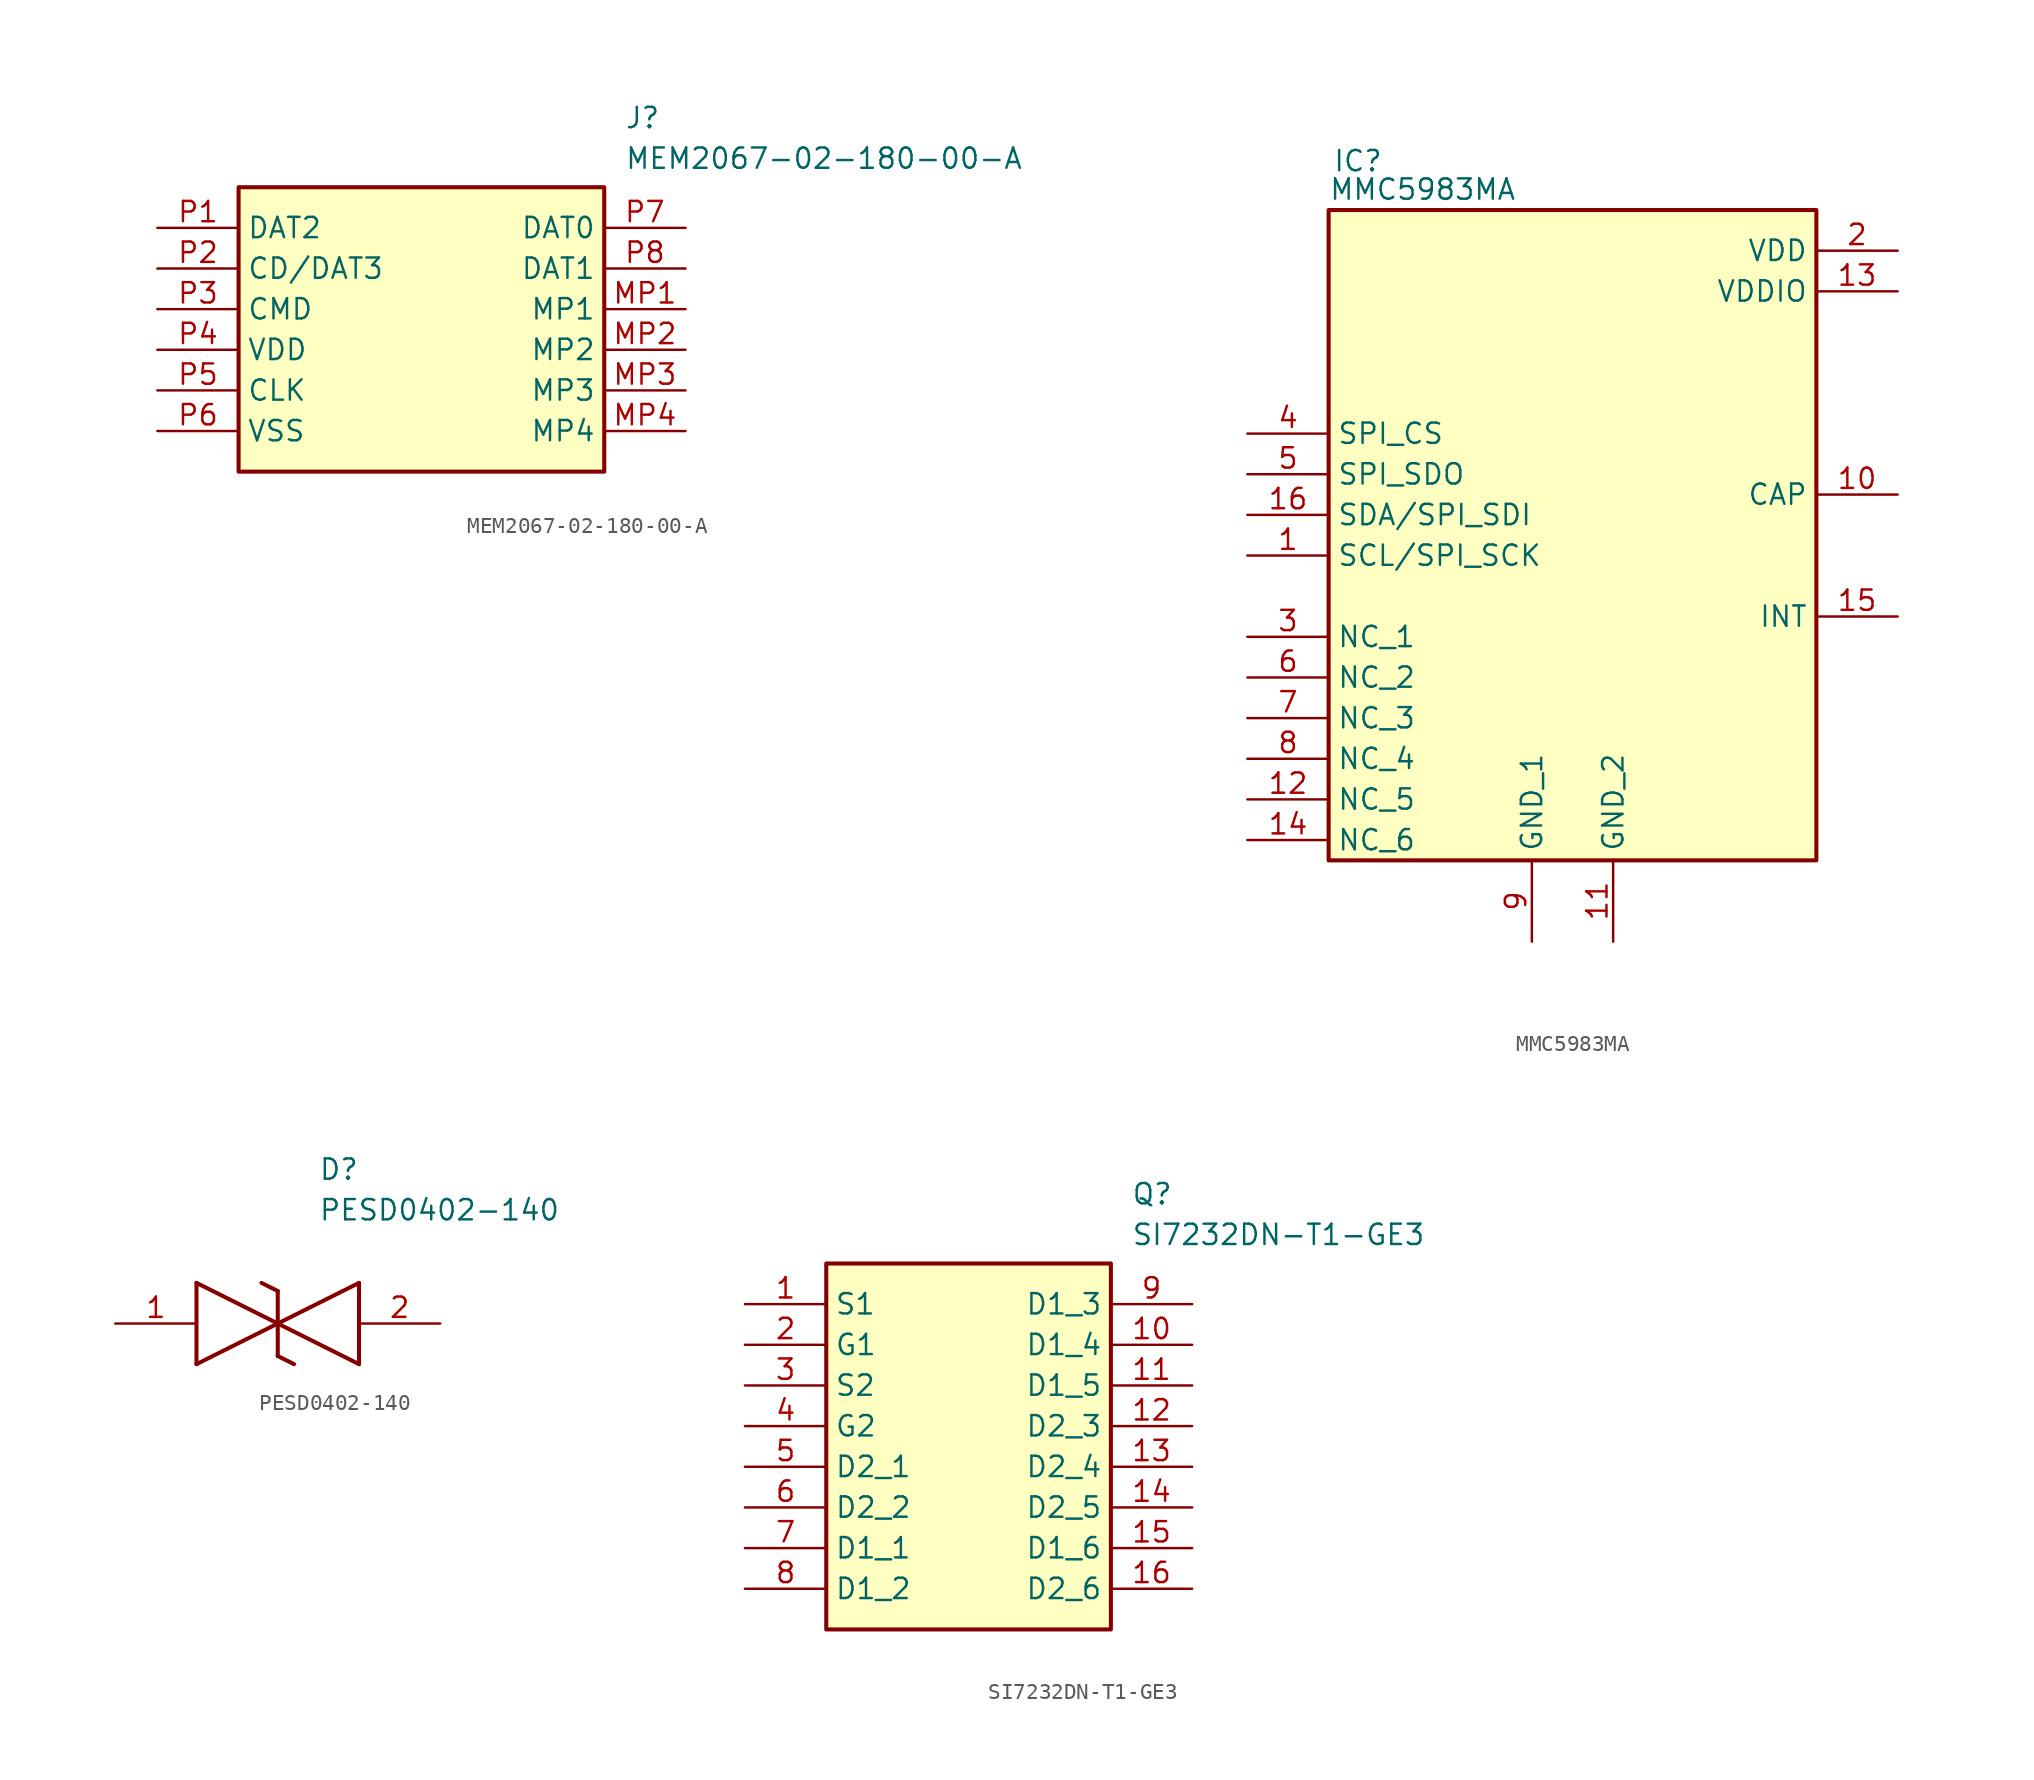
<source format=kicad_sym>
(kicad_symbol_lib
  (version 20231120)
  (generator "kicad_symbol_editor")
  (generator_version "8.0")
  (symbol "MEM2067-02-180-00-A"
    (property "Reference" "J"
      (at 29.21 7.62 0)
      (effects (font (size 1.27 1.27)) (justify left top)))
    (property "Value" "MEM2067-02-180-00-A"
      (at 29.21 5.08 0)
      (effects (font (size 1.27 1.27)) (justify left top)))
    (symbol "MEM2067-02-180-00-A_1_1"
      (rectangle (start 5.08 2.54) (end 27.94 -15.24) (stroke (width 0.254) (type default)) (fill (type background)))
      (pin passive line (at 33.02 -5.08 180) (length 5.08) (name "MP1" (effects (font (size 1.27 1.27)))) (number "MP1" (effects (font (size 1.27 1.27)))))
      (pin passive line (at 33.02 -7.62 180) (length 5.08) (name "MP2" (effects (font (size 1.27 1.27)))) (number "MP2" (effects (font (size 1.27 1.27)))))
      (pin passive line (at 33.02 -10.16 180) (length 5.08) (name "MP3" (effects (font (size 1.27 1.27)))) (number "MP3" (effects (font (size 1.27 1.27)))))
      (pin passive line (at 33.02 -12.7 180) (length 5.08) (name "MP4" (effects (font (size 1.27 1.27)))) (number "MP4" (effects (font (size 1.27 1.27)))))
      (pin passive line (at 0 0 0) (length 5.08) (name "DAT2" (effects (font (size 1.27 1.27)))) (number "P1" (effects (font (size 1.27 1.27)))))
      (pin passive line (at 0 -2.54 0) (length 5.08) (name "CD/DAT3" (effects (font (size 1.27 1.27)))) (number "P2" (effects (font (size 1.27 1.27)))))
      (pin passive line (at 0 -5.08 0) (length 5.08) (name "CMD" (effects (font (size 1.27 1.27)))) (number "P3" (effects (font (size 1.27 1.27)))))
      (pin passive line (at 0 -7.62 0) (length 5.08) (name "VDD" (effects (font (size 1.27 1.27)))) (number "P4" (effects (font (size 1.27 1.27)))))
      (pin passive line (at 0 -10.16 0) (length 5.08) (name "CLK" (effects (font (size 1.27 1.27)))) (number "P5" (effects (font (size 1.27 1.27)))))
      (pin passive line (at 0 -12.7 0) (length 5.08) (name "VSS" (effects (font (size 1.27 1.27)))) (number "P6" (effects (font (size 1.27 1.27)))))
      (pin passive line (at 33.02 0 180) (length 5.08) (name "DAT0" (effects (font (size 1.27 1.27)))) (number "P7" (effects (font (size 1.27 1.27)))))
      (pin passive line (at 33.02 -2.54 180) (length 5.08) (name "DAT1" (effects (font (size 1.27 1.27)))) (number "P8" (effects (font (size 1.27 1.27)))))))
  (symbol "MMC5983MA"
    (property "Reference" "IC"
      (at 5.334 24.13 0)
      (effects (font (size 1.27 1.27)) (justify left top)))
    (property "Value" "MMC5983MA"
      (at 5.08 22.352 0)
      (effects (font (size 1.27 1.27)) (justify left top)))
    (symbol "MMC5983MA_1_1"
      (rectangle (start 5.08 20.32) (end 35.56 -20.32) (stroke (width 0.254) (type default)) (fill (type background)))
      (pin passive line (at 0 -1.27 0) (length 5.08) (name "SCL/SPI_SCK" (effects (font (size 1.27 1.27)))) (number "1" (effects (font (size 1.27 1.27)))))
      (pin passive line (at 40.64 2.54 180) (length 5.08) (name "CAP" (effects (font (size 1.27 1.27)))) (number "10" (effects (font (size 1.27 1.27)))))
      (pin passive line (at 22.86 -25.4 90) (length 5.08) (name "GND_2" (effects (font (size 1.27 1.27)))) (number "11" (effects (font (size 1.27 1.27)))))
      (pin passive line (at 0 -16.51 0) (length 5.08) (name "NC_5" (effects (font (size 1.27 1.27)))) (number "12" (effects (font (size 1.27 1.27)))))
      (pin passive line (at 40.64 15.24 180) (length 5.08) (name "VDDIO" (effects (font (size 1.27 1.27)))) (number "13" (effects (font (size 1.27 1.27)))))
      (pin passive line (at 0 -19.05 0) (length 5.08) (name "NC_6" (effects (font (size 1.27 1.27)))) (number "14" (effects (font (size 1.27 1.27)))))
      (pin passive line (at 40.64 -5.08 180) (length 5.08) (name "INT" (effects (font (size 1.27 1.27)))) (number "15" (effects (font (size 1.27 1.27)))))
      (pin passive line (at 0 1.27 0) (length 5.08) (name "SDA/SPI_SDI" (effects (font (size 1.27 1.27)))) (number "16" (effects (font (size 1.27 1.27)))))
      (pin passive line (at 40.64 17.78 180) (length 5.08) (name "VDD" (effects (font (size 1.27 1.27)))) (number "2" (effects (font (size 1.27 1.27)))))
      (pin passive line (at 0 -6.35 0) (length 5.08) (name "NC_1" (effects (font (size 1.27 1.27)))) (number "3" (effects (font (size 1.27 1.27)))))
      (pin passive line (at 0 6.35 0) (length 5.08) (name "SPI_CS" (effects (font (size 1.27 1.27)))) (number "4" (effects (font (size 1.27 1.27)))))
      (pin passive line (at 0 3.81 0) (length 5.08) (name "SPI_SDO" (effects (font (size 1.27 1.27)))) (number "5" (effects (font (size 1.27 1.27)))))
      (pin passive line (at 0 -8.89 0) (length 5.08) (name "NC_2" (effects (font (size 1.27 1.27)))) (number "6" (effects (font (size 1.27 1.27)))))
      (pin passive line (at 0 -11.43 0) (length 5.08) (name "NC_3" (effects (font (size 1.27 1.27)))) (number "7" (effects (font (size 1.27 1.27)))))
      (pin passive line (at 0 -13.97 0) (length 5.08) (name "NC_4" (effects (font (size 1.27 1.27)))) (number "8" (effects (font (size 1.27 1.27)))))
      (pin passive line (at 17.78 -25.4 90) (length 5.08) (name "GND_1" (effects (font (size 1.27 1.27)))) (number "9" (effects (font (size 1.27 1.27)))))))
  (symbol "PESD0402-140"
    (pin_names hide)
    (property "Reference" "D"
      (at 12.7 8.89 0)
      (effects (font (size 1.27 1.27)) (justify left bottom)))
    (property "Value" "PESD0402-140"
      (at 12.7 6.35 0)
      (effects (font (size 1.27 1.27)) (justify left bottom)))
    (symbol "PESD0402-140_1_1"
      (polyline (pts (xy 5.08 2.54) (xy 5.08 -2.54)) (stroke (width 0.254) (type default)) (fill (type none)))
      (polyline (pts (xy 5.08 2.54) (xy 10.16 0)) (stroke (width 0.254) (type default)) (fill (type none)))
      (polyline (pts (xy 9.144 2.54) (xy 10.16 2.032)) (stroke (width 0.254) (type default)) (fill (type none)))
      (polyline (pts (xy 10.16 -2.032) (xy 10.16 2.032)) (stroke (width 0.254) (type default)) (fill (type none)))
      (polyline (pts (xy 10.16 -2.032) (xy 11.176 -2.54)) (stroke (width 0.254) (type default)) (fill (type none)))
      (polyline (pts (xy 10.16 0) (xy 5.08 -2.54)) (stroke (width 0.254) (type default)) (fill (type none)))
      (polyline (pts (xy 10.16 0) (xy 15.24 -2.54)) (stroke (width 0.254) (type default)) (fill (type none)))
      (polyline (pts (xy 15.24 2.54) (xy 10.16 0)) (stroke (width 0.254) (type default)) (fill (type none)))
      (polyline (pts (xy 15.24 2.54) (xy 15.24 -2.54)) (stroke (width 0.254) (type default)) (fill (type none)))
      (pin passive line (at 0 0 0) (length 5.08) (name "1" (effects (font (size 1.27 1.27)))) (number "1" (effects (font (size 1.27 1.27)))))
      (pin passive line (at 20.32 0 180) (length 5.08) (name "2" (effects (font (size 1.27 1.27)))) (number "2" (effects (font (size 1.27 1.27)))))))
  (symbol "SI7232DN-T1-GE3"
    (property "Reference" "Q"
      (at 24.13 7.62 0)
      (effects (font (size 1.27 1.27)) (justify left top)))
    (property "Value" "SI7232DN-T1-GE3"
      (at 24.13 5.08 0)
      (effects (font (size 1.27 1.27)) (justify left top)))
    (symbol "SI7232DN-T1-GE3_1_1"
      (rectangle (start 5.08 2.54) (end 22.86 -20.32) (stroke (width 0.254) (type default)) (fill (type background)))
      (pin passive line (at 0 0 0) (length 5.08) (name "S1" (effects (font (size 1.27 1.27)))) (number "1" (effects (font (size 1.27 1.27)))))
      (pin passive line (at 27.94 -2.54 180) (length 5.08) (name "D1_4" (effects (font (size 1.27 1.27)))) (number "10" (effects (font (size 1.27 1.27)))))
      (pin passive line (at 27.94 -5.08 180) (length 5.08) (name "D1_5" (effects (font (size 1.27 1.27)))) (number "11" (effects (font (size 1.27 1.27)))))
      (pin passive line (at 27.94 -7.62 180) (length 5.08) (name "D2_3" (effects (font (size 1.27 1.27)))) (number "12" (effects (font (size 1.27 1.27)))))
      (pin passive line (at 27.94 -10.16 180) (length 5.08) (name "D2_4" (effects (font (size 1.27 1.27)))) (number "13" (effects (font (size 1.27 1.27)))))
      (pin passive line (at 27.94 -12.7 180) (length 5.08) (name "D2_5" (effects (font (size 1.27 1.27)))) (number "14" (effects (font (size 1.27 1.27)))))
      (pin passive line (at 27.94 -15.24 180) (length 5.08) (name "D1_6" (effects (font (size 1.27 1.27)))) (number "15" (effects (font (size 1.27 1.27)))))
      (pin passive line (at 27.94 -17.78 180) (length 5.08) (name "D2_6" (effects (font (size 1.27 1.27)))) (number "16" (effects (font (size 1.27 1.27)))))
      (pin passive line (at 0 -2.54 0) (length 5.08) (name "G1" (effects (font (size 1.27 1.27)))) (number "2" (effects (font (size 1.27 1.27)))))
      (pin passive line (at 0 -5.08 0) (length 5.08) (name "S2" (effects (font (size 1.27 1.27)))) (number "3" (effects (font (size 1.27 1.27)))))
      (pin passive line (at 0 -7.62 0) (length 5.08) (name "G2" (effects (font (size 1.27 1.27)))) (number "4" (effects (font (size 1.27 1.27)))))
      (pin passive line (at 0 -10.16 0) (length 5.08) (name "D2_1" (effects (font (size 1.27 1.27)))) (number "5" (effects (font (size 1.27 1.27)))))
      (pin passive line (at 0 -12.7 0) (length 5.08) (name "D2_2" (effects (font (size 1.27 1.27)))) (number "6" (effects (font (size 1.27 1.27)))))
      (pin passive line (at 0 -15.24 0) (length 5.08) (name "D1_1" (effects (font (size 1.27 1.27)))) (number "7" (effects (font (size 1.27 1.27)))))
      (pin passive line (at 0 -17.78 0) (length 5.08) (name "D1_2" (effects (font (size 1.27 1.27)))) (number "8" (effects (font (size 1.27 1.27)))))
      (pin passive line (at 27.94 0 180) (length 5.08) (name "D1_3" (effects (font (size 1.27 1.27)))) (number "9" (effects (font (size 1.27 1.27))))))))
</source>
